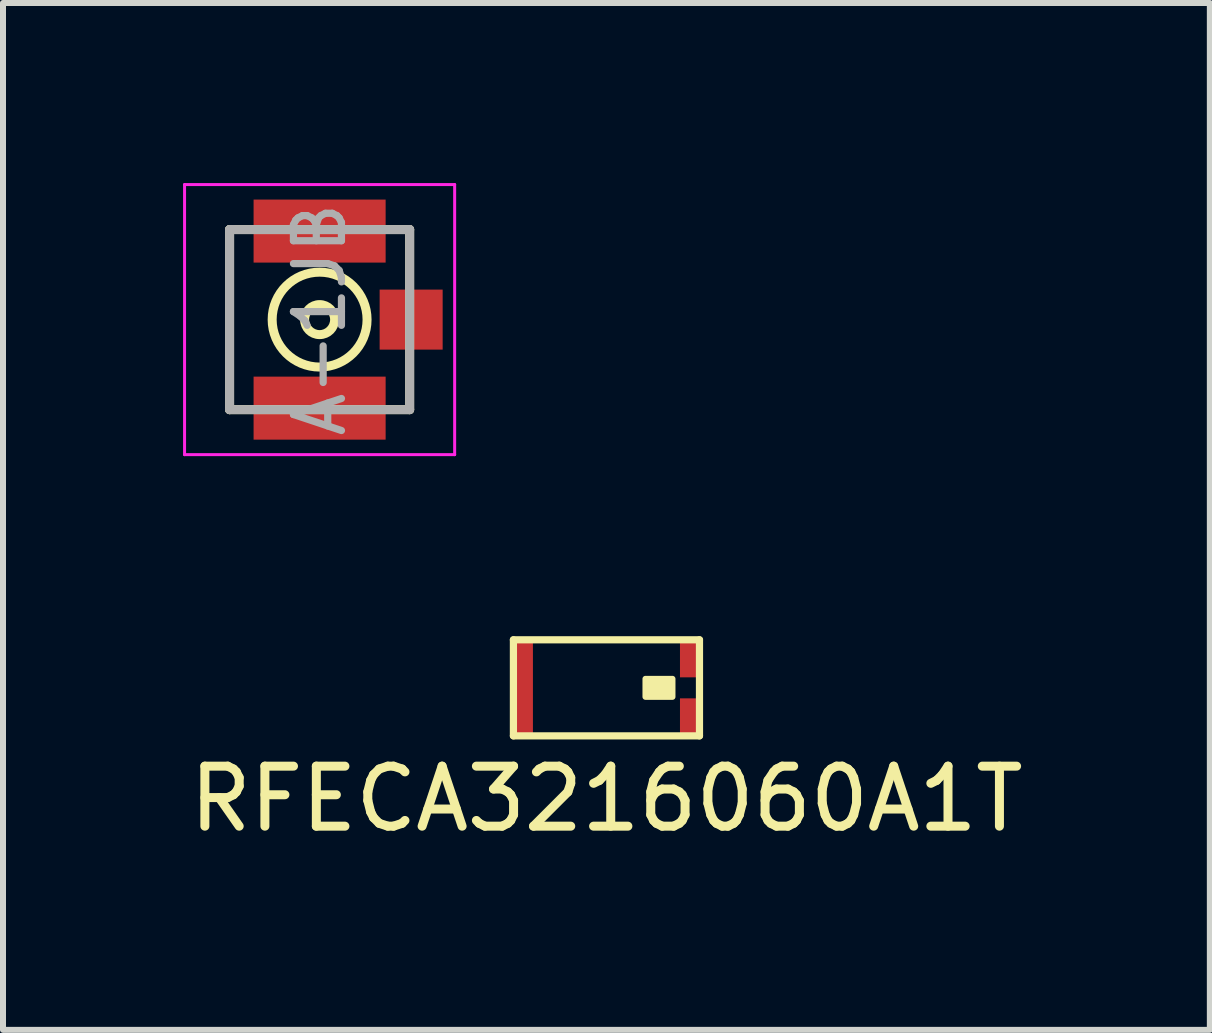
<source format=kicad_pcb>
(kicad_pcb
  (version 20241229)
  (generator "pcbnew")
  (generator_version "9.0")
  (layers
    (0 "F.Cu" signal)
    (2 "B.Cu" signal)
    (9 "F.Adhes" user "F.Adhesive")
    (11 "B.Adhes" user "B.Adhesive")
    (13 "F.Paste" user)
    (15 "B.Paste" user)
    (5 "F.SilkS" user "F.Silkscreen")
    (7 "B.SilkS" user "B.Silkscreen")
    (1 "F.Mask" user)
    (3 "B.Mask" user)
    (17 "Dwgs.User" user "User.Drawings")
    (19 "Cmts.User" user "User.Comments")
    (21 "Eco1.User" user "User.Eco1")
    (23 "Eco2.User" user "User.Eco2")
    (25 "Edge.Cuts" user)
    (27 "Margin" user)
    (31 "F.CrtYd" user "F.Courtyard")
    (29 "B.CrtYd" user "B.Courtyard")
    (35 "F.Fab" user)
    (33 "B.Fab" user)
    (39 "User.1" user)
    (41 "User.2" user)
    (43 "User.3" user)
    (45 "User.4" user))
  (footprint "RFECA3216060A1T"
    (layer "F.Cu")
    (at 7.054 8.41)
    (property "Reference" "RFECA3216060A1T" (at 0 1.85 0) (layer "F.SilkS") (effects (font (size 1 1) (thickness 0.15))))
    (attr through_hole)
    (fp_line (start -1.55 -0.8) (end -1.55 0.8) (stroke (width 0.12) (type solid)) (layer "F.SilkS"))
    (fp_line (start -1.55 0.8) (end 1.55 0.8) (stroke (width 0.12) (type solid)) (layer "F.SilkS"))
    (fp_line (start 1.55 -0.8) (end -1.55 -0.8) (stroke (width 0.12) (type solid)) (layer "F.SilkS"))
    (fp_line (start 1.55 0.8) (end 1.55 -0.8) (stroke (width 0.12) (type solid)) (layer "F.SilkS"))
    (fp_poly (pts (xy 1.1 0.15) (xy 0.65 0.15) (xy 0.65 -0.15) (xy 1.1 -0.15)) (stroke (width 0.1) (type solid)) (fill yes) (layer "F.SilkS"))
    (pad "1" smd rect (at 1.4 -0.5) (size 0.35 0.65) (layers "F.Cu" "F.Mask" "F.Paste"))
    (pad "2" smd rect (at 1.4 0.5) (size 0.35 0.65) (layers "F.Cu" "F.Mask" "F.Paste"))
    (pad "3" smd rect (at -1.4 0) (size 0.35 1.6) (layers "F.Cu" "F.Mask" "F.Paste")))
  (footprint "A-1JB"
    (layer "F.Cu")
    (at 2.275 2.275)
    (property "Reference" "A-1JB" (at 0 0 270) (layer "F.Fab") (effects (font (size 0.8 0.8) (thickness 0.12))))
    (attr through_hole)
    (fp_line (start -1.5 -1.5) (end 1.5 -1.5) (stroke (width 0.15) (type solid)) (layer "F.SilkS"))
    (fp_line (start -1.5 1.5) (end -1.5 -1.5) (stroke (width 0.15) (type solid)) (layer "F.SilkS"))
    (fp_line (start 1.5 -1.5) (end 1.5 1.5) (stroke (width 0.15) (type solid)) (layer "F.SilkS"))
    (fp_line (start 1.5 1.5) (end -1.5 1.5) (stroke (width 0.15) (type solid)) (layer "F.SilkS"))
    (fp_circle (center 0 0) (end 0.25 0) (stroke (width 0.15) (type solid)) (fill no) (layer "F.SilkS"))
    (fp_circle (center 0 0) (end 0.75 -0.25) (stroke (width 0.15) (type solid)) (fill no) (layer "F.SilkS"))
    (fp_line (start -2.25 -2.25) (end -2.25 2.25) (stroke (width 0.05) (type solid)) (layer "F.CrtYd"))
    (fp_line (start -2.25 2.25) (end 2.25 2.25) (stroke (width 0.05) (type solid)) (layer "F.CrtYd"))
    (fp_line (start 2.25 -2.25) (end -2.25 -2.25) (stroke (width 0.05) (type solid)) (layer "F.CrtYd"))
    (fp_line (start 2.25 2.25) (end 2.25 -2.25) (stroke (width 0.05) (type solid)) (layer "F.CrtYd"))
    (fp_line (start -1.5 -1.5) (end -1.45 -1.5) (stroke (width 0.15) (type solid)) (layer "F.Fab"))
    (fp_line (start -1.5 1.5) (end -1.5 -1.5) (stroke (width 0.15) (type solid)) (layer "F.Fab"))
    (fp_line (start -1.45 -1.5) (end 1.5 -1.5) (stroke (width 0.15) (type solid)) (layer "F.Fab"))
    (fp_line (start 1.5 -1.5) (end 1.5 1.5) (stroke (width 0.15) (type solid)) (layer "F.Fab"))
    (fp_line (start 1.5 1.5) (end -1.5 1.5) (stroke (width 0.15) (type solid)) (layer "F.Fab"))
    (pad "1" smd rect (at 1.525 0) (size 1.05 1) (layers "F.Cu" "F.Mask" "F.Paste"))
    (pad "2" smd rect (at 0 -1.475) (size 2.2 1.05) (layers "F.Cu" "F.Mask" "F.Paste"))
    (pad "3" smd rect (at 0 1.475) (size 2.2 1.05) (layers "F.Cu" "F.Mask" "F.Paste")))
  (gr_rect
    (start -3 -3)
    (end 17.107 14.108)
    (stroke (width 0.1) (type default))
    (fill no)
    (layer "Edge.Cuts")))
</source>
